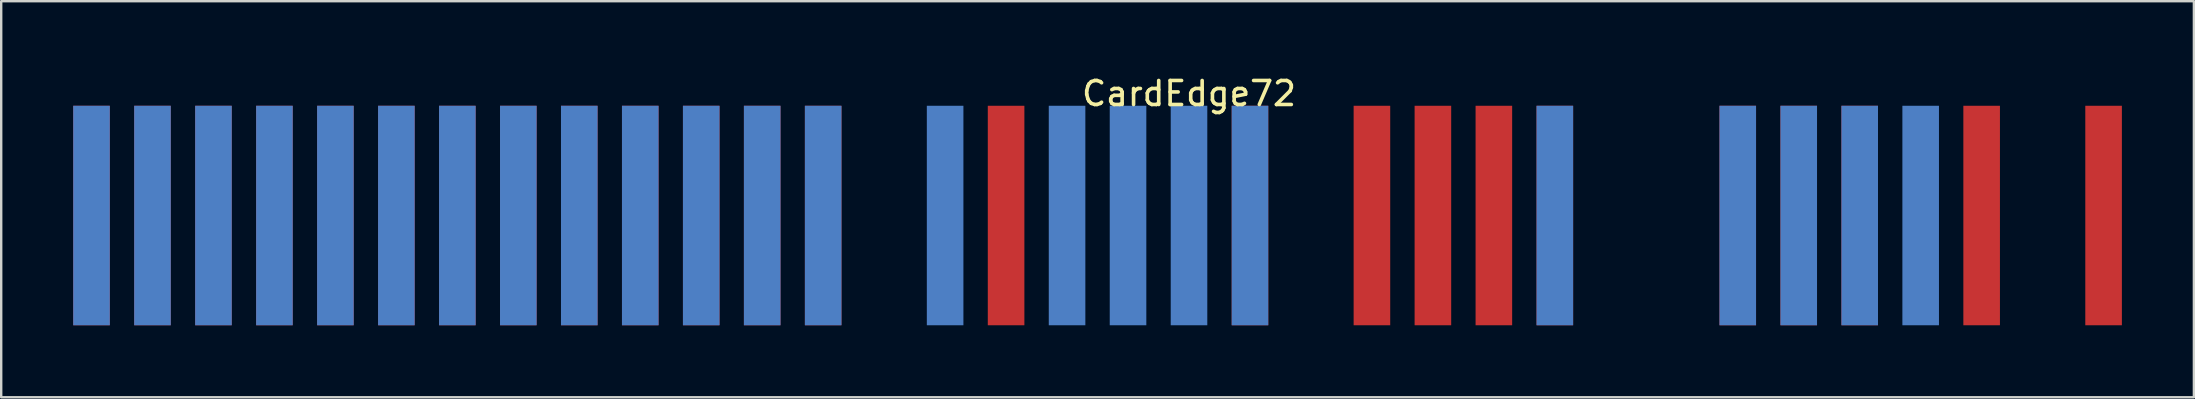
<source format=kicad_pcb>
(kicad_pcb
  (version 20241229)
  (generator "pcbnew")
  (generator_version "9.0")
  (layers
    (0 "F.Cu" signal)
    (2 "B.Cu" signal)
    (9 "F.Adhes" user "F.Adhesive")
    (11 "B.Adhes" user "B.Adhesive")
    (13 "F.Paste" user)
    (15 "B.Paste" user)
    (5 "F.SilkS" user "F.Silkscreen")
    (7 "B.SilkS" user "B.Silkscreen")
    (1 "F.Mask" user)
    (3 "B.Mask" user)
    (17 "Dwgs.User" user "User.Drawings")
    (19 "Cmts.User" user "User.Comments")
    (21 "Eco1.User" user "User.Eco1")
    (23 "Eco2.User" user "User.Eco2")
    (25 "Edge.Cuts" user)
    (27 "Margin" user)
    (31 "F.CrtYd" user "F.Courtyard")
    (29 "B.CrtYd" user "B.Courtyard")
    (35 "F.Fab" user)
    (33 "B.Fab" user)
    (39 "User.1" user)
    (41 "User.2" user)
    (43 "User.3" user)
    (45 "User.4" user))
  (footprint "CardEdge72"
    (layer "F.Cu")
    (at 46.482 1.356)
    (property "Reference" "CardEdge72" (at 0 -0.508 0) (layer "F.SilkS") (effects (font (size 1 1) (thickness 0.15))))
    (attr through_hole)
    (pad "1" connect rect (at -45.72 4.572) (size 1.524 9.144) (layers "B.Cu"))
    (pad "2" connect rect (at -45.72 4.572) (size 1.524 9.144) (layers "F.Cu"))
    (pad "3" connect rect (at -43.18 4.572) (size 1.524 9.144) (layers "B.Cu"))
    (pad "4" connect rect (at -43.18 4.572) (size 1.524 9.144) (layers "F.Cu"))
    (pad "5" connect rect (at -40.64 4.572) (size 1.524 9.144) (layers "B.Cu"))
    (pad "6" connect rect (at -40.64 4.572) (size 1.524 9.144) (layers "F.Cu"))
    (pad "7" connect rect (at -38.1 4.572) (size 1.524 9.144) (layers "B.Cu"))
    (pad "8" connect rect (at -38.1 4.572) (size 1.524 9.144) (layers "F.Cu"))
    (pad "9" connect rect (at -35.56 4.572) (size 1.524 9.144) (layers "B.Cu"))
    (pad "10" connect rect (at -35.56 4.572) (size 1.524 9.144) (layers "F.Cu"))
    (pad "11" connect rect (at -33.02 4.572) (size 1.524 9.144) (layers "B.Cu"))
    (pad "12" connect rect (at -33.02 4.572) (size 1.524 9.144) (layers "F.Cu"))
    (pad "13" connect rect (at -30.48 4.572) (size 1.524 9.144) (layers "B.Cu"))
    (pad "14" connect rect (at -30.48 4.572) (size 1.524 9.144) (layers "F.Cu"))
    (pad "15" connect rect (at -27.94 4.572) (size 1.524 9.144) (layers "B.Cu"))
    (pad "16" connect rect (at -27.94 4.572) (size 1.524 9.144) (layers "F.Cu"))
    (pad "17" connect rect (at -25.4 4.572) (size 1.524 9.144) (layers "B.Cu"))
    (pad "18" connect rect (at -25.4 4.572) (size 1.524 9.144) (layers "F.Cu"))
    (pad "19" connect rect (at -22.86 4.572) (size 1.524 9.144) (layers "B.Cu"))
    (pad "20" connect rect (at -22.86 4.572) (size 1.524 9.144) (layers "F.Cu"))
    (pad "21" connect rect (at -20.32 4.572) (size 1.524 9.144) (layers "B.Cu"))
    (pad "22" connect rect (at -20.32 4.572) (size 1.524 9.144) (layers "F.Cu"))
    (pad "23" connect rect (at -17.78 4.572) (size 1.524 9.144) (layers "B.Cu"))
    (pad "24" connect rect (at -17.78 4.572) (size 1.524 9.144) (layers "F.Cu"))
    (pad "25" connect rect (at -15.24 4.572) (size 1.524 9.144) (layers "B.Cu"))
    (pad "26" connect rect (at -15.24 4.572) (size 1.524 9.144) (layers "F.Cu"))
    (pad "29" connect rect (at -10.16 4.572) (size 1.524 9.144) (layers "B.Cu"))
    (pad "32" connect rect (at -7.62 4.572) (size 1.524 9.144) (layers "F.Cu"))
    (pad "33" connect rect (at -5.08 4.572) (size 1.524 9.144) (layers "B.Cu"))
    (pad "35" connect rect (at -2.54 4.572) (size 1.524 9.144) (layers "B.Cu"))
    (pad "37" connect rect (at 0 4.572) (size 1.524 9.144) (layers "B.Cu"))
    (pad "39" connect rect (at 2.54 4.572) (size 1.524 9.144) (layers "B.Cu"))
    (pad "40" connect rect (at 2.54 4.572) (size 1.524 9.144) (layers "F.Cu"))
    (pad "44" connect rect (at 7.62 4.572) (size 1.524 9.144) (layers "F.Cu"))
    (pad "46" connect rect (at 10.16 4.572) (size 1.524 9.144) (layers "F.Cu"))
    (pad "48" connect rect (at 12.7 4.572) (size 1.524 9.144) (layers "F.Cu"))
    (pad "49" connect rect (at 15.24 4.572) (size 1.524 9.144) (layers "B.Cu"))
    (pad "50" connect rect (at 15.24 4.572) (size 1.524 9.144) (layers "F.Cu"))
    (pad "55" connect rect (at 22.86 4.572) (size 1.524 9.144) (layers "B.Cu"))
    (pad "56" connect rect (at 22.86 4.572) (size 1.524 9.144) (layers "F.Cu"))
    (pad "57" connect rect (at 25.4 4.572) (size 1.524 9.144) (layers "B.Cu"))
    (pad "58" connect rect (at 25.4 4.572) (size 1.524 9.144) (layers "F.Cu"))
    (pad "59" connect rect (at 27.94 4.572) (size 1.524 9.144) (layers "B.Cu"))
    (pad "60" connect rect (at 27.94 4.572) (size 1.524 9.144) (layers "F.Cu"))
    (pad "61" connect rect (at 30.48 4.572) (size 1.524 9.144) (layers "B.Cu"))
    (pad "64" connect rect (at 33.02 4.572) (size 1.524 9.144) (layers "F.Cu"))
    (pad "68" connect rect (at 38.1 4.572) (size 1.524 9.144) (layers "F.Cu")))
  (gr_rect
    (start -3 -3)
    (end 88.344 13.5)
    (stroke (width 0.1) (type default))
    (fill no)
    (layer "Edge.Cuts")))
</source>
